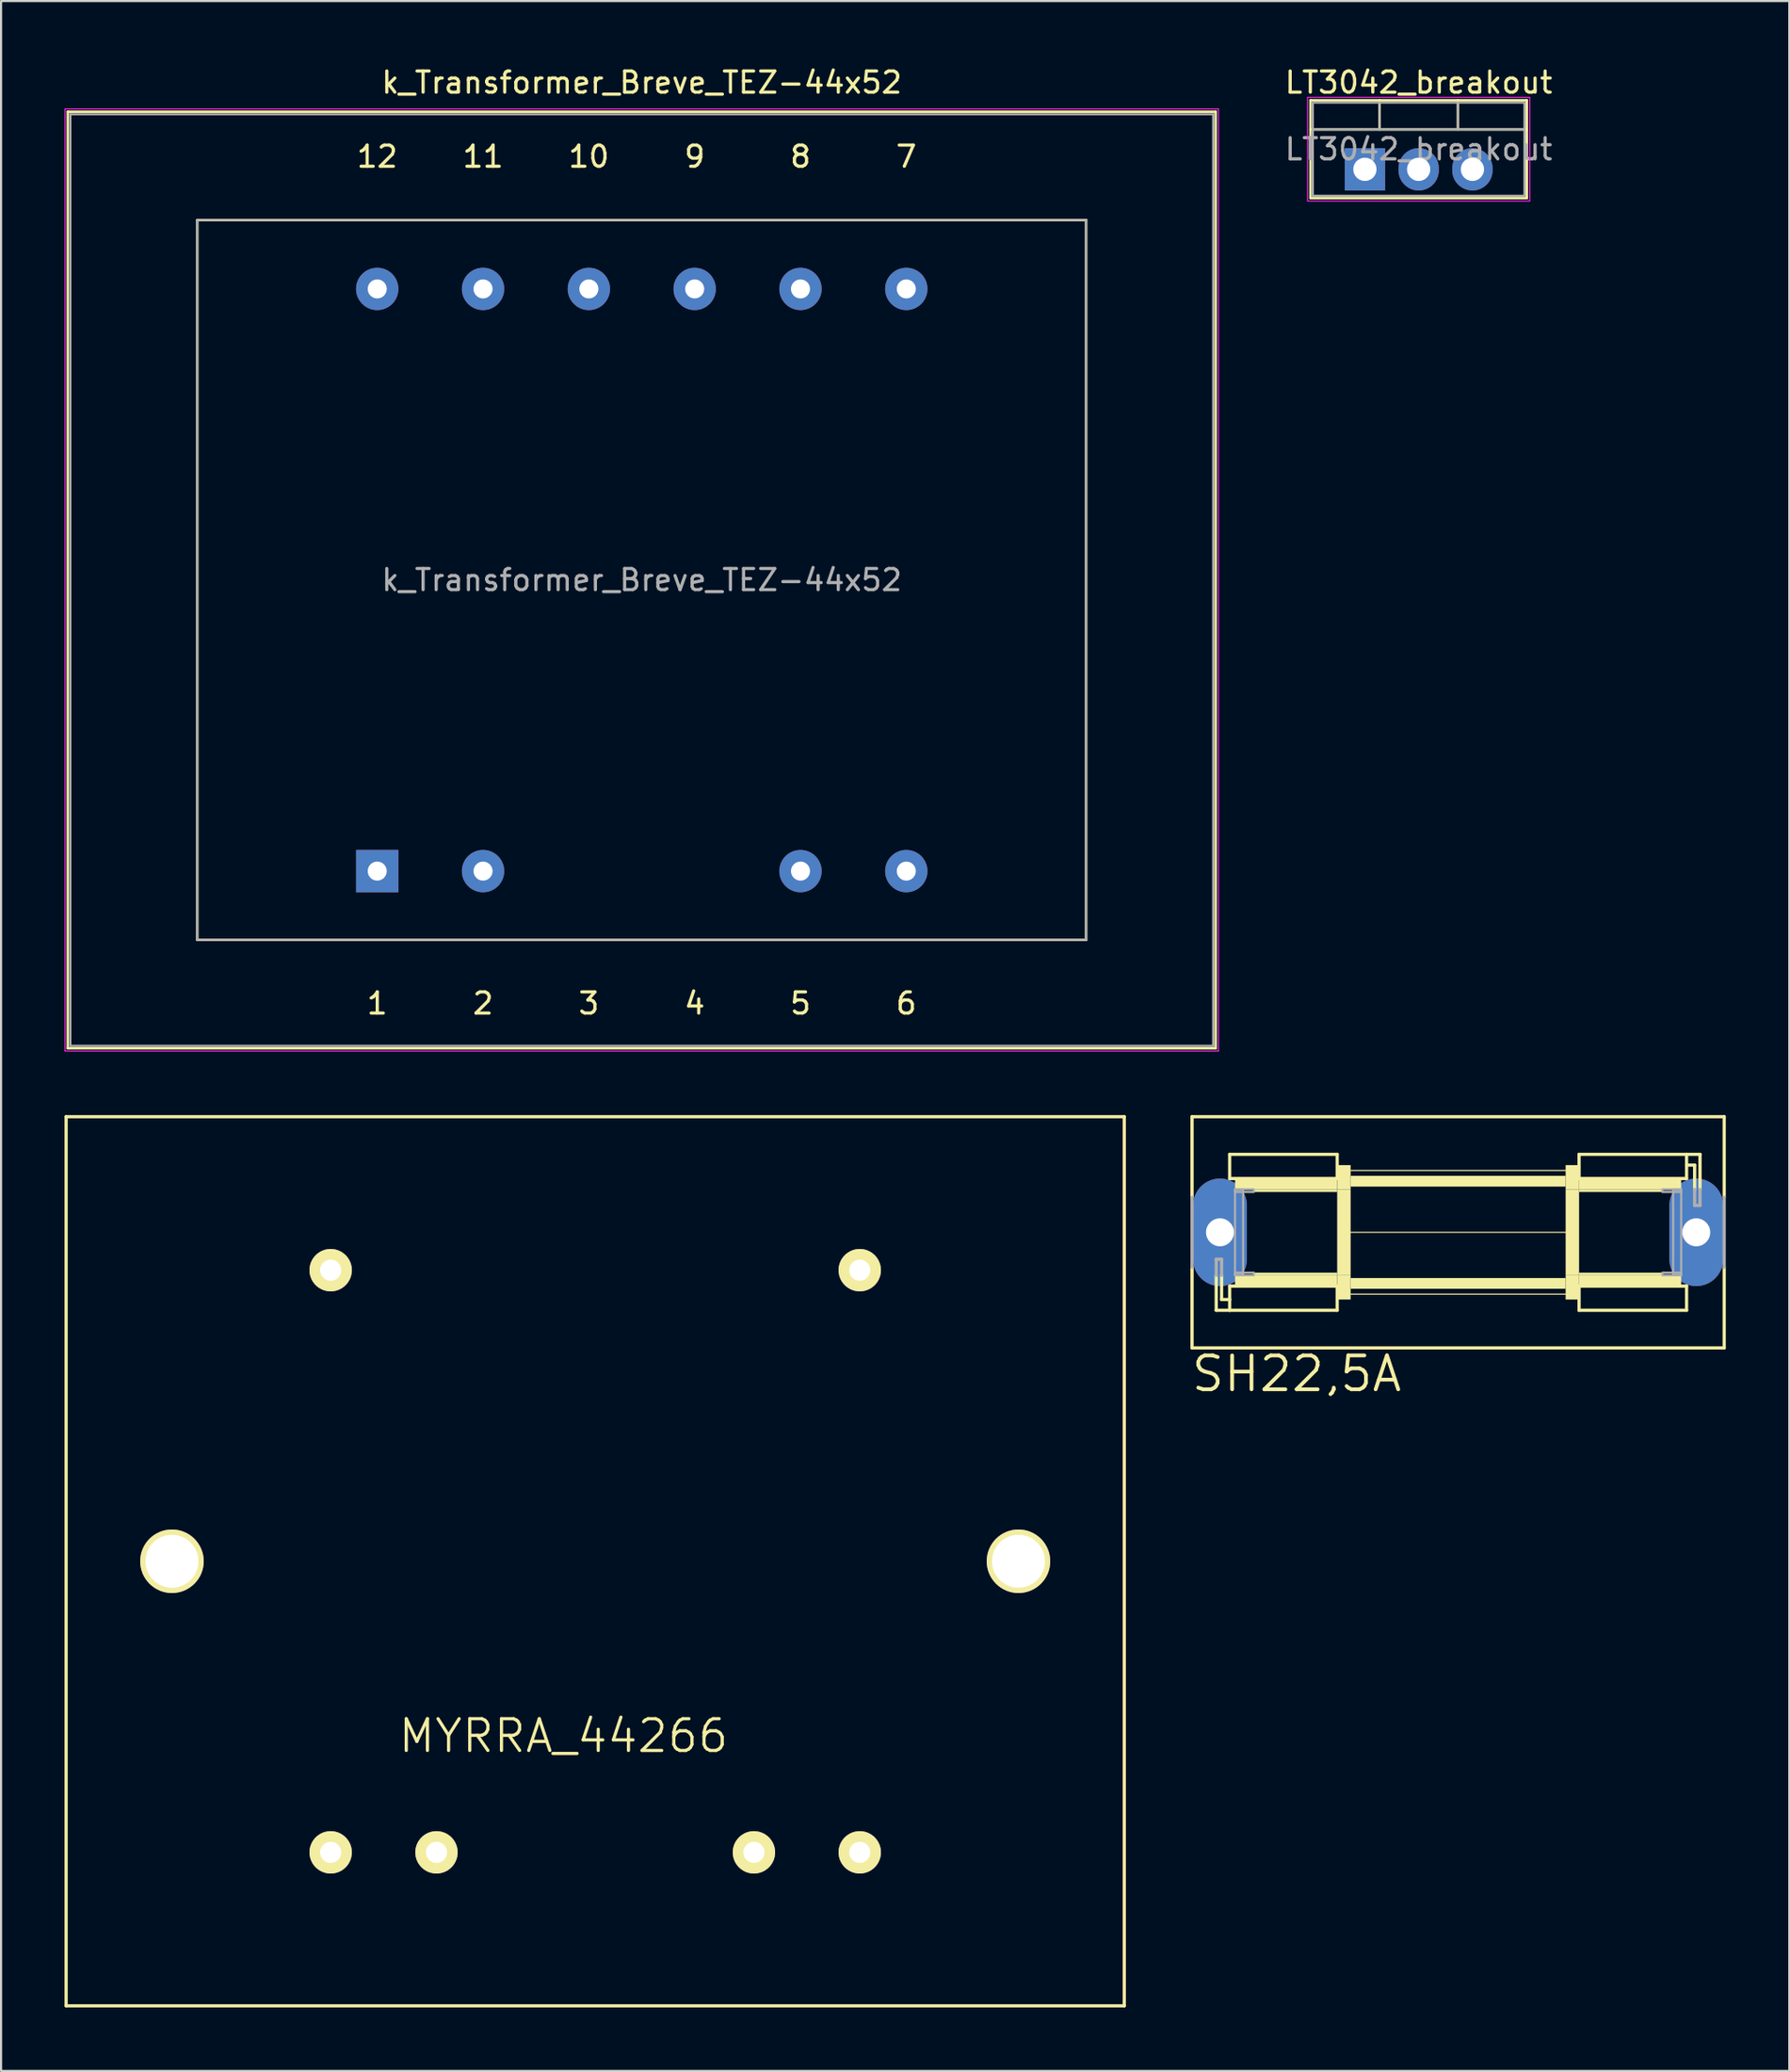
<source format=kicad_pcb>
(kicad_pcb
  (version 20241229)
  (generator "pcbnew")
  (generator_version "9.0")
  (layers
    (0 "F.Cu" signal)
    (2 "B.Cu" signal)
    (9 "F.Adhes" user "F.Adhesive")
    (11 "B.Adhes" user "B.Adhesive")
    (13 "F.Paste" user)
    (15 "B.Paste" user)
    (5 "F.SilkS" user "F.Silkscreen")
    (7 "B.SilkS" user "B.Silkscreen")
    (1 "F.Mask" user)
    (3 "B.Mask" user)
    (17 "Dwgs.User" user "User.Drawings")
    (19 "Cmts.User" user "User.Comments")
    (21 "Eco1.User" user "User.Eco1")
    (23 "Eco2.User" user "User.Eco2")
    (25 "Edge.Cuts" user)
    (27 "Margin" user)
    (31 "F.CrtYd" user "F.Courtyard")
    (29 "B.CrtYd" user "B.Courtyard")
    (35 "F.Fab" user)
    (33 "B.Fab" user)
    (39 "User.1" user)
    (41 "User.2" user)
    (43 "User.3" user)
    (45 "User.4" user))
  (footprint "LT3042_breakout"
    (layer "F.Cu")
    (at 61.445 4.948)
    (property "Reference" "LT3042_breakout" (at 2.54 -4.1 0) (layer "F.SilkS") (effects (font (size 1 1) (thickness 0.15))))
    (attr through_hole)
    (fp_line (start -2.57 -3.26) (end -2.57 1.36) (stroke (width 0.12) (type solid)) (layer "F.SilkS"))
    (fp_line (start -2.57 -3.26) (end 7.65 -3.26) (stroke (width 0.12) (type solid)) (layer "F.SilkS"))
    (fp_line (start -2.57 -1.88) (end 7.65 -1.88) (stroke (width 0.12) (type solid)) (layer "F.SilkS"))
    (fp_line (start -2.57 1.36) (end 7.65 1.36) (stroke (width 0.12) (type solid)) (layer "F.SilkS"))
    (fp_line (start 0.69 -3.26) (end 0.69 -1.88) (stroke (width 0.12) (type solid)) (layer "F.SilkS"))
    (fp_line (start 4.39 -3.26) (end 4.39 -1.88) (stroke (width 0.12) (type solid)) (layer "F.SilkS"))
    (fp_line (start 7.65 -3.26) (end 7.65 1.36) (stroke (width 0.12) (type solid)) (layer "F.SilkS"))
    (fp_rect (start 7.79 1.5) (end -2.71 -3.4) (stroke (width 0.05) (type solid)) (fill no) (layer "F.CrtYd"))
    (fp_line (start -2.46 -1.88) (end 7.54 -1.88) (stroke (width 0.1) (type solid)) (layer "F.Fab"))
    (fp_line (start 0.69 -3.15) (end 0.69 -1.88) (stroke (width 0.1) (type solid)) (layer "F.Fab"))
    (fp_line (start 4.39 -3.15) (end 4.39 -1.88) (stroke (width 0.1) (type solid)) (layer "F.Fab"))
    (fp_rect (start -2.46 -3.15) (end 7.54 1.25) (stroke (width 0.1) (type solid)) (fill no) (layer "F.Fab"))
    (fp_text user "${REFERENCE}" (at 2.54 -0.95 0) (layer "F.Fab") (effects (font (size 1 1) (thickness 0.15))))
    (pad "1" thru_hole rect (at 0 0) (size 1.905 2) (drill 1.1) (layers "*.Cu" "*.Mask"))
    (pad "2" thru_hole oval (at 2.54 0) (size 1.905 2) (drill 1.1) (layers "*.Cu" "*.Mask"))
    (pad "3" thru_hole oval (at 5.08 0) (size 1.905 2) (drill 1.1) (layers "*.Cu" "*.Mask")))
  (footprint "k_Transformer_Breve_TEZ-44x52"
    (layer "F.Cu")
    (at 14.775 38.098)
    (property "Reference" "k_Transformer_Breve_TEZ-44x52" (at 12.5 -37.25 0) (layer "F.SilkS") (effects (font (size 1 1) (thickness 0.15))))
    (attr through_hole)
    (fp_line (start -14.62 -35.87) (end -14.62 8.37) (stroke (width 0.12) (type solid)) (layer "F.SilkS"))
    (fp_line (start -14.62 -35.87) (end 39.62 -35.87) (stroke (width 0.12) (type solid)) (layer "F.SilkS"))
    (fp_line (start -8.5 -30.75) (end 33.5 -30.75) (stroke (width 0.12) (type solid)) (layer "F.SilkS"))
    (fp_line (start -8.5 3.25) (end -8.5 -30.75) (stroke (width 0.12) (type solid)) (layer "F.SilkS"))
    (fp_line (start 33.5 -30.75) (end 33.5 3.25) (stroke (width 0.12) (type solid)) (layer "F.SilkS"))
    (fp_line (start 33.5 3.25) (end -8.5 3.25) (stroke (width 0.12) (type solid)) (layer "F.SilkS"))
    (fp_line (start 39.62 8.37) (end -14.62 8.37) (stroke (width 0.12) (type solid)) (layer "F.SilkS"))
    (fp_line (start 39.62 8.37) (end 39.62 -35.87) (stroke (width 0.12) (type solid)) (layer "F.SilkS"))
    (fp_line (start -14.75 -36) (end -14.75 8.5) (stroke (width 0.05) (type solid)) (layer "F.CrtYd"))
    (fp_line (start -14.75 -36) (end 39.75 -36) (stroke (width 0.05) (type solid)) (layer "F.CrtYd"))
    (fp_line (start 39.75 8.5) (end -14.75 8.5) (stroke (width 0.05) (type solid)) (layer "F.CrtYd"))
    (fp_line (start 39.75 8.5) (end 39.75 -36) (stroke (width 0.05) (type solid)) (layer "F.CrtYd"))
    (fp_line (start -14.5 -35.75) (end 39.5 -35.75) (stroke (width 0.1) (type solid)) (layer "F.Fab"))
    (fp_line (start -14.5 8.25) (end -14.5 -35.75) (stroke (width 0.1) (type solid)) (layer "F.Fab"))
    (fp_line (start -8.5 -30.75) (end 33.5 -30.75) (stroke (width 0.1) (type solid)) (layer "F.Fab"))
    (fp_line (start -8.5 3.25) (end -8.5 -30.75) (stroke (width 0.1) (type solid)) (layer "F.Fab"))
    (fp_line (start 33.5 -30.75) (end 33.5 3.25) (stroke (width 0.1) (type solid)) (layer "F.Fab"))
    (fp_line (start 33.5 3.25) (end -8.5 3.25) (stroke (width 0.1) (type solid)) (layer "F.Fab"))
    (fp_line (start 39.5 -35.75) (end 39.5 8.25) (stroke (width 0.1) (type solid)) (layer "F.Fab"))
    (fp_line (start 39.5 8.25) (end -14.5 8.25) (stroke (width 0.1) (type solid)) (layer "F.Fab"))
    (fp_text user "8" (at 20 -33.75 0) (layer "F.SilkS") (effects (font (size 1 1) (thickness 0.15))))
    (fp_text user "6" (at 25 6.25 0) (layer "F.SilkS") (effects (font (size 1 1) (thickness 0.15))))
    (fp_text user "9" (at 15 -33.75 0) (layer "F.SilkS") (effects (font (size 1 1) (thickness 0.15))))
    (fp_text user "4" (at 15 6.25 0) (layer "F.SilkS") (effects (font (size 1 1) (thickness 0.15))))
    (fp_text user "2" (at 5 6.25 0) (layer "F.SilkS") (effects (font (size 1 1) (thickness 0.15))))
    (fp_text user "10" (at 10 -33.75 0) (layer "F.SilkS") (effects (font (size 1 1) (thickness 0.15))))
    (fp_text user "11" (at 5 -33.75 0) (layer "F.SilkS") (effects (font (size 1 1) (thickness 0.15))))
    (fp_text user "7" (at 25 -33.75 0) (layer "F.SilkS") (effects (font (size 1 1) (thickness 0.15))))
    (fp_text user "3" (at 10 6.25 0) (layer "F.SilkS") (effects (font (size 1 1) (thickness 0.15))))
    (fp_text user "12" (at 0 -33.75 0) (layer "F.SilkS") (effects (font (size 1 1) (thickness 0.15))))
    (fp_text user "1" (at 0 6.25 0) (layer "F.SilkS") (effects (font (size 1 1) (thickness 0.15))))
    (fp_text user "5" (at 20 6.25 0) (layer "F.SilkS") (effects (font (size 1 1) (thickness 0.15))))
    (fp_text user "${REFERENCE}" (at 12.5 -13.75 0) (layer "F.Fab") (effects (font (size 1 1) (thickness 0.15))))
    (pad "1" thru_hole rect (at 0 0) (size 2 2) (drill 0.9) (layers "*.Cu" "*.Mask"))
    (pad "2" thru_hole circle (at 5 0) (size 2 2) (drill 0.9) (layers "*.Cu" "*.Mask"))
    (pad "5" thru_hole circle (at 20 0) (size 2 2) (drill 0.9) (layers "*.Cu" "*.Mask"))
    (pad "6" thru_hole circle (at 25 0) (size 2 2) (drill 0.9) (layers "*.Cu" "*.Mask"))
    (pad "7" thru_hole circle (at 25 -27.5) (size 2 2) (drill 0.9) (layers "*.Cu" "*.Mask"))
    (pad "8" thru_hole circle (at 20 -27.5) (size 2 2) (drill 0.9) (layers "*.Cu" "*.Mask"))
    (pad "9" thru_hole circle (at 15 -27.5) (size 2 2) (drill 0.9) (layers "*.Cu" "*.Mask"))
    (pad "10" thru_hole circle (at 10 -27.5) (size 2 2) (drill 0.9) (layers "*.Cu" "*.Mask"))
    (pad "11" thru_hole circle (at 5 -27.5) (size 2 2) (drill 0.9) (layers "*.Cu" "*.Mask"))
    (pad "12" thru_hole circle (at 0 -27.5) (size 2 2) (drill 0.9) (layers "*.Cu" "*.Mask")))
  (footprint "MYRRA_44266"
    (layer "F.Cu")
    (at 25.075 70.698)
    (property "Reference" "MYRRA_44266" (at -1.5 8.25 0) (layer "F.SilkS") (effects (font (size 1.5 1.5) (thickness 0.15))))
    (attr through_hole)
    (fp_line (start -25 -21) (end -25 21) (stroke (width 0.15) (type solid)) (layer "F.SilkS"))
    (fp_line (start -25 21) (end 25 21) (stroke (width 0.15) (type solid)) (layer "F.SilkS"))
    (fp_line (start 25 -21) (end -25 -21) (stroke (width 0.15) (type solid)) (layer "F.SilkS"))
    (fp_line (start 25 21) (end 25 -21) (stroke (width 0.15) (type solid)) (layer "F.SilkS"))
    (pad "" np_thru_hole circle (at -20 0) (size 3 3) (drill 2.5) (layers "*.Cu" "*.Mask" "F.SilkS"))
    (pad "" np_thru_hole circle (at -12.5 13.75) (size 2 2) (drill 1) (layers "*.Cu" "*.Mask" "F.SilkS"))
    (pad "" np_thru_hole circle (at 12.5 13.75) (size 2 2) (drill 1) (layers "*.Cu" "*.Mask" "F.SilkS"))
    (pad "" np_thru_hole circle (at 20 0) (size 3 3) (drill 2.5) (layers "*.Cu" "*.Mask" "F.SilkS"))
    (pad "1" thru_hole circle (at -12.5 -13.75) (size 2 2) (drill 1) (layers "*.Cu" "*.Mask" "F.SilkS"))
    (pad "2" thru_hole circle (at 12.5 -13.75) (size 2 2) (drill 1) (layers "*.Cu" "*.Mask" "F.SilkS"))
    (pad "3" thru_hole circle (at -7.5 13.75) (size 2 2) (drill 1) (layers "*.Cu" "*.Mask" "F.SilkS"))
    (pad "4" thru_hole circle (at 7.5 13.75) (size 2 2) (drill 1) (layers "*.Cu" "*.Mask" "F.SilkS")))
  (footprint "SH22,5A"
    (layer "F.Cu")
    (at 65.85 55.16)
    (property "Reference" "SH22,5A" (at -12.7 7.62 0) (layer "F.SilkS") (effects (font (size 1.6 1.6) (thickness 0.178)) (justify left bottom)))
    (fp_line (start -12.573 -5.461) (end -12.573 -1.651) (stroke (width 0.152) (type solid)) (layer "F.SilkS"))
    (fp_line (start -12.573 1.651) (end -12.573 5.461) (stroke (width 0.152) (type solid)) (layer "F.SilkS"))
    (fp_line (start -12.573 5.461) (end 12.573 5.461) (stroke (width 0.152) (type solid)) (layer "F.SilkS"))
    (fp_line (start -11.43 3.683) (end -11.43 2.032) (stroke (width 0.152) (type solid)) (layer "F.SilkS"))
    (fp_line (start -11.176 2.032) (end -11.176 3.175) (stroke (width 0.152) (type solid)) (layer "F.SilkS"))
    (fp_line (start -11.176 3.175) (end -10.795 3.175) (stroke (width 0.152) (type solid)) (layer "F.SilkS"))
    (fp_line (start -10.795 -3.683) (end -10.795 -2.54) (stroke (width 0.152) (type solid)) (layer "F.SilkS"))
    (fp_line (start -10.795 -3.683) (end -5.715 -3.683) (stroke (width 0.152) (type solid)) (layer "F.SilkS"))
    (fp_line (start -10.795 -2.54) (end -5.715 -2.54) (stroke (width 0.152) (type solid)) (layer "F.SilkS"))
    (fp_line (start -10.795 2.54) (end -5.715 2.54) (stroke (width 0.152) (type solid)) (layer "F.SilkS"))
    (fp_line (start -10.795 3.175) (end -10.795 2.54) (stroke (width 0.152) (type solid)) (layer "F.SilkS"))
    (fp_line (start -10.795 3.683) (end -11.43 3.683) (stroke (width 0.152) (type solid)) (layer "F.SilkS"))
    (fp_line (start -10.795 3.683) (end -10.795 3.175) (stroke (width 0.152) (type solid)) (layer "F.SilkS"))
    (fp_line (start -5.715 -2.54) (end -5.715 -3.683) (stroke (width 0.152) (type solid)) (layer "F.SilkS"))
    (fp_line (start -5.715 3.683) (end -10.795 3.683) (stroke (width 0.152) (type solid)) (layer "F.SilkS"))
    (fp_line (start -5.715 3.683) (end -5.715 2.54) (stroke (width 0.152) (type solid)) (layer "F.SilkS"))
    (fp_line (start -5.207 0) (end 5.207 0) (stroke (width 0.051) (type solid)) (layer "F.SilkS"))
    (fp_line (start -5.08 -2.921) (end 5.08 -2.921) (stroke (width 0.051) (type solid)) (layer "F.SilkS"))
    (fp_line (start -5.08 2.921) (end 5.08 2.921) (stroke (width 0.051) (type solid)) (layer "F.SilkS"))
    (fp_line (start 5.715 -3.683) (end 5.715 -2.54) (stroke (width 0.152) (type solid)) (layer "F.SilkS"))
    (fp_line (start 5.715 -3.683) (end 10.795 -3.683) (stroke (width 0.152) (type solid)) (layer "F.SilkS"))
    (fp_line (start 5.715 2.54) (end 5.715 3.683) (stroke (width 0.152) (type solid)) (layer "F.SilkS"))
    (fp_line (start 10.795 -3.683) (end 10.795 -3.175) (stroke (width 0.152) (type solid)) (layer "F.SilkS"))
    (fp_line (start 10.795 -3.683) (end 11.43 -3.683) (stroke (width 0.152) (type solid)) (layer "F.SilkS"))
    (fp_line (start 10.795 -3.175) (end 10.795 -2.54) (stroke (width 0.152) (type solid)) (layer "F.SilkS"))
    (fp_line (start 10.795 -2.54) (end 5.715 -2.54) (stroke (width 0.152) (type solid)) (layer "F.SilkS"))
    (fp_line (start 10.795 2.54) (end 5.715 2.54) (stroke (width 0.152) (type solid)) (layer "F.SilkS"))
    (fp_line (start 10.795 3.683) (end 5.715 3.683) (stroke (width 0.152) (type solid)) (layer "F.SilkS"))
    (fp_line (start 10.795 3.683) (end 10.795 2.54) (stroke (width 0.152) (type solid)) (layer "F.SilkS"))
    (fp_line (start 11.176 -3.175) (end 10.795 -3.175) (stroke (width 0.152) (type solid)) (layer "F.SilkS"))
    (fp_line (start 11.176 -2.032) (end 11.176 -3.175) (stroke (width 0.152) (type solid)) (layer "F.SilkS"))
    (fp_line (start 11.43 -3.683) (end 11.43 -2.032) (stroke (width 0.152) (type solid)) (layer "F.SilkS"))
    (fp_line (start 12.573 -5.461) (end -12.573 -5.461) (stroke (width 0.152) (type solid)) (layer "F.SilkS"))
    (fp_line (start 12.573 -5.461) (end 12.573 -1.651) (stroke (width 0.152) (type solid)) (layer "F.SilkS"))
    (fp_line (start 12.573 1.651) (end 12.573 5.461) (stroke (width 0.152) (type solid)) (layer "F.SilkS"))
    (fp_poly (pts (xy -10.541 -2.032) (xy -5.715 -2.032) (xy -5.715 -2.54) (xy -10.541 -2.54)) (stroke (width 0) (type default)) (fill yes) (layer "F.SilkS"))
    (fp_poly (pts (xy -10.541 2.54) (xy -5.715 2.54) (xy -5.715 2.032) (xy -10.541 2.032)) (stroke (width 0) (type default)) (fill yes) (layer "F.SilkS"))
    (fp_poly (pts (xy -9.652 -1.905) (xy -5.715 -1.905) (xy -5.715 -2.032) (xy -9.652 -2.032)) (stroke (width 0) (type default)) (fill yes) (layer "F.SilkS"))
    (fp_poly (pts (xy -9.652 2.032) (xy -5.715 2.032) (xy -5.715 1.905) (xy -9.652 1.905)) (stroke (width 0) (type default)) (fill yes) (layer "F.SilkS"))
    (fp_poly (pts (xy -5.715 -2.032) (xy -5.08 -2.032) (xy -5.08 -3.175) (xy -5.715 -3.175)) (stroke (width 0) (type default)) (fill yes) (layer "F.SilkS"))
    (fp_poly (pts (xy -5.715 2.032) (xy -5.08 2.032) (xy -5.08 -2.032) (xy -5.715 -2.032)) (stroke (width 0) (type default)) (fill yes) (layer "F.SilkS"))
    (fp_poly (pts (xy -5.715 3.175) (xy -5.08 3.175) (xy -5.08 2.032) (xy -5.715 2.032)) (stroke (width 0) (type default)) (fill yes) (layer "F.SilkS"))
    (fp_poly (pts (xy -5.08 -2.159) (xy 5.08 -2.159) (xy 5.08 -2.667) (xy -5.08 -2.667)) (stroke (width 0) (type default)) (fill yes) (layer "F.SilkS"))
    (fp_poly (pts (xy -5.08 2.667) (xy 5.08 2.667) (xy 5.08 2.159) (xy -5.08 2.159)) (stroke (width 0) (type default)) (fill yes) (layer "F.SilkS"))
    (fp_poly (pts (xy 5.08 -2.032) (xy 5.715 -2.032) (xy 5.715 -3.175) (xy 5.08 -3.175)) (stroke (width 0) (type default)) (fill yes) (layer "F.SilkS"))
    (fp_poly (pts (xy 5.08 2.032) (xy 5.715 2.032) (xy 5.715 -2.032) (xy 5.08 -2.032)) (stroke (width 0) (type default)) (fill yes) (layer "F.SilkS"))
    (fp_poly (pts (xy 5.08 3.175) (xy 5.715 3.175) (xy 5.715 2.032) (xy 5.08 2.032)) (stroke (width 0) (type default)) (fill yes) (layer "F.SilkS"))
    (fp_poly (pts (xy 5.715 -2.032) (xy 10.541 -2.032) (xy 10.541 -2.54) (xy 5.715 -2.54)) (stroke (width 0) (type default)) (fill yes) (layer "F.SilkS"))
    (fp_poly (pts (xy 5.715 -1.905) (xy 9.652 -1.905) (xy 9.652 -2.032) (xy 5.715 -2.032)) (stroke (width 0) (type default)) (fill yes) (layer "F.SilkS"))
    (fp_poly (pts (xy 5.715 2.032) (xy 9.652 2.032) (xy 9.652 1.905) (xy 5.715 1.905)) (stroke (width 0) (type default)) (fill yes) (layer "F.SilkS"))
    (fp_poly (pts (xy 5.715 2.54) (xy 10.541 2.54) (xy 10.541 2.032) (xy 5.715 2.032)) (stroke (width 0) (type default)) (fill yes) (layer "F.SilkS"))
    (fp_line (start -12.573 1.651) (end -12.573 -1.651) (stroke (width 0.152) (type solid)) (layer "F.Fab"))
    (fp_line (start -11.43 1.27) (end -11.176 1.27) (stroke (width 0.152) (type solid)) (layer "F.Fab"))
    (fp_line (start -11.43 2.032) (end -11.43 1.27) (stroke (width 0.152) (type solid)) (layer "F.Fab"))
    (fp_line (start -11.176 1.27) (end -11.176 2.032) (stroke (width 0.152) (type solid)) (layer "F.Fab"))
    (fp_line (start 11.176 -1.27) (end 11.176 -2.032) (stroke (width 0.152) (type solid)) (layer "F.Fab"))
    (fp_line (start 11.43 -2.032) (end 11.43 -1.27) (stroke (width 0.152) (type solid)) (layer "F.Fab"))
    (fp_line (start 11.43 -1.27) (end 11.176 -1.27) (stroke (width 0.152) (type solid)) (layer "F.Fab"))
    (fp_line (start 12.573 1.651) (end 12.573 -1.651) (stroke (width 0.152) (type solid)) (layer "F.Fab"))
    (fp_poly (pts (xy -10.541 -1.905) (xy -9.652 -1.905) (xy -9.652 -2.032) (xy -10.541 -2.032)) (stroke (width 0.1) (type default)) (fill no) (layer "F.Fab"))
    (fp_poly (pts (xy -10.541 2.032) (xy -10.16 2.032) (xy -10.16 -2.032) (xy -10.541 -2.032)) (stroke (width 0.1) (type default)) (fill no) (layer "F.Fab"))
    (fp_poly (pts (xy -10.541 2.032) (xy -9.652 2.032) (xy -9.652 1.905) (xy -10.541 1.905)) (stroke (width 0.1) (type default)) (fill no) (layer "F.Fab"))
    (fp_poly (pts (xy 9.652 -1.905) (xy 10.541 -1.905) (xy 10.541 -2.032) (xy 9.652 -2.032)) (stroke (width 0.1) (type default)) (fill no) (layer "F.Fab"))
    (fp_poly (pts (xy 9.652 2.032) (xy 10.541 2.032) (xy 10.541 1.905) (xy 9.652 1.905)) (stroke (width 0.1) (type default)) (fill no) (layer "F.Fab"))
    (fp_poly (pts (xy 10.16 2.032) (xy 10.541 2.032) (xy 10.541 -2.032) (xy 10.16 -2.032)) (stroke (width 0.1) (type default)) (fill no) (layer "F.Fab"))
    (pad "1" thru_hole oval (at -11.252 0 90) (size 5.08 2.54) (drill 1.321) (layers "*.Cu" "*.Mask"))
    (pad "2" thru_hole oval (at 11.252 0 90) (size 5.08 2.54) (drill 1.321) (layers "*.Cu" "*.Mask")))
  (gr_rect
    (start -3 -3)
    (end 81.499 94.773)
    (stroke (width 0.1) (type default))
    (fill no)
    (layer "Edge.Cuts")))
</source>
